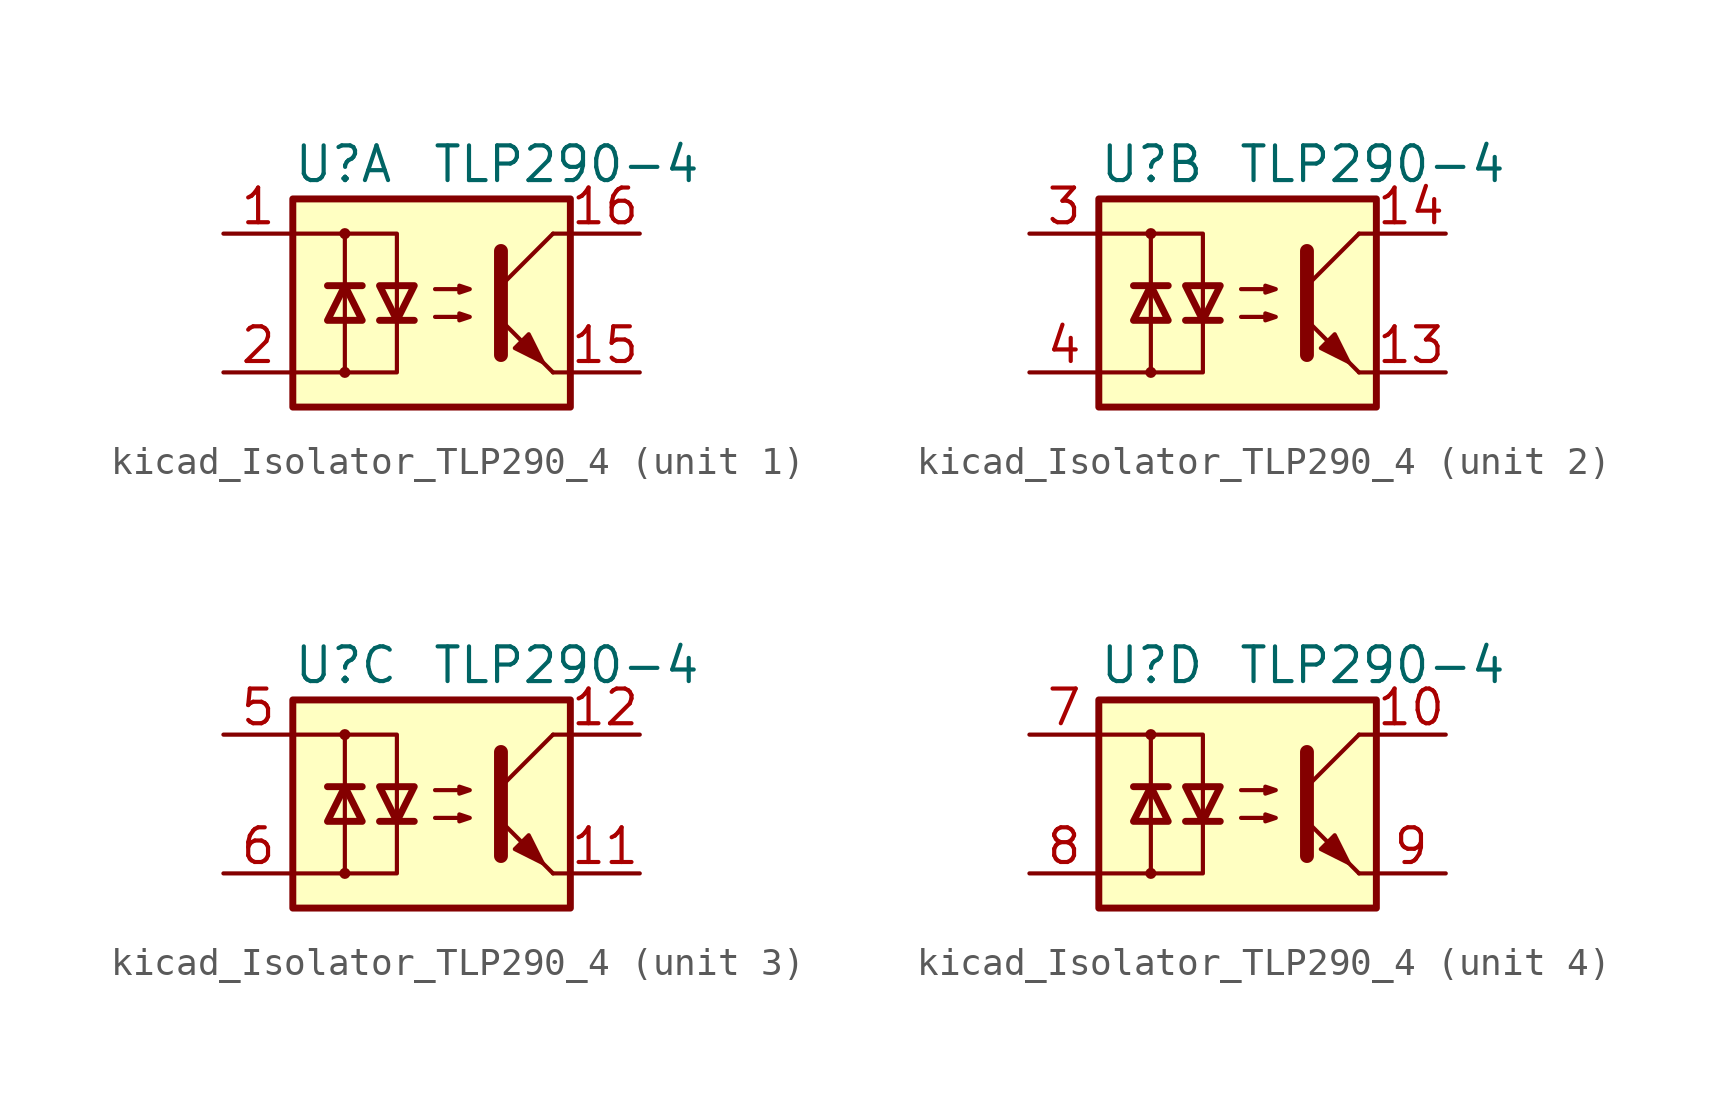
<source format=kicad_sym>
(kicad_symbol_lib
  (version 20220914)
  (generator kicad_symbol_editor)
  (symbol "kicad_Isolator_TLP290_4"
    (pin_names
      (offset 1.016))
    (property "Reference" "U"
      (at -5.08 5.08 0)
      (effects (font (size 1.27 1.27)) (justify left)))
    (property "Value" "TLP290-4"
      (at 0 5.08 0)
      (effects (font (size 1.27 1.27)) (justify left)))
    (symbol "kicad_Isolator_TLP290_4_0_1"
      (rectangle (start -5.08 3.81) (end 5.08 -3.81) (stroke (width 0.254) (type default)) (fill (type background)))
      (circle (center -3.175 -2.54) (radius 0.127) (stroke (width 0) (type default)) (fill (type none)))
      (circle (center -3.175 2.54) (radius 0.127) (stroke (width 0) (type default)) (fill (type none)))
      (polyline (pts (xy -3.81 0.635) (xy -2.54 0.635)) (stroke (width 0.254) (type default)) (fill (type none)))
      (polyline (pts (xy -3.175 -0.635) (xy -3.175 -2.54)) (stroke (width 0) (type default)) (fill (type none)))
      (polyline (pts (xy -3.175 -0.635) (xy -3.175 2.54)) (stroke (width 0) (type default)) (fill (type none)))
      (polyline (pts (xy -1.905 -0.635) (xy -0.635 -0.635)) (stroke (width 0.254) (type default)) (fill (type none)))
      (polyline (pts (xy 2.54 0.635) (xy 4.445 2.54)) (stroke (width 0) (type default)) (fill (type none)))
      (polyline (pts (xy 4.445 -2.54) (xy 2.54 -0.635)) (stroke (width 0) (type default)) (fill (type outline)))
      (polyline (pts (xy 4.445 -2.54) (xy 5.08 -2.54)) (stroke (width 0) (type default)) (fill (type none)))
      (polyline (pts (xy 4.445 2.54) (xy 5.08 2.54)) (stroke (width 0) (type default)) (fill (type none)))
      (polyline (pts (xy -5.08 2.54) (xy -1.27 2.54) (xy -1.27 -0.635)) (stroke (width 0) (type default)) (fill (type none)))
      (polyline (pts (xy -1.27 -0.635) (xy -1.27 -2.54) (xy -5.08 -2.54)) (stroke (width 0) (type default)) (fill (type none)))
      (polyline (pts (xy 2.54 1.905) (xy 2.54 -1.905) (xy 2.54 -1.905)) (stroke (width 0.508) (type default)) (fill (type none)))
      (polyline (pts (xy -3.175 0.635) (xy -3.81 -0.635) (xy -2.54 -0.635) (xy -3.175 0.635)) (stroke (width 0.254) (type default)) (fill (type none)))
      (polyline (pts (xy -1.27 -0.635) (xy -1.905 0.635) (xy -0.635 0.635) (xy -1.27 -0.635)) (stroke (width 0.254) (type default)) (fill (type none)))
      (polyline (pts (xy 0.127 -0.508) (xy 1.397 -0.508) (xy 1.016 -0.635) (xy 1.016 -0.381) (xy 1.397 -0.508)) (stroke (width 0) (type default)) (fill (type none)))
      (polyline (pts (xy 0.127 0.508) (xy 1.397 0.508) (xy 1.016 0.381) (xy 1.016 0.635) (xy 1.397 0.508)) (stroke (width 0) (type default)) (fill (type none)))
      (polyline (pts (xy 3.048 -1.651) (xy 3.556 -1.143) (xy 4.064 -2.159) (xy 3.048 -1.651) (xy 3.048 -1.651)) (stroke (width 0) (type default)) (fill (type outline))))
    (symbol "kicad_Isolator_TLP290_4_1_1"
      (pin passive line (at -7.62 2.54 0) (length 2.54) (name "~" (effects (font (size 1.27 1.27)))) (number "1" (effects (font (size 1.27 1.27)))))
      (pin passive line (at 7.62 -2.54 180) (length 2.54) (name "~" (effects (font (size 1.27 1.27)))) (number "15" (effects (font (size 1.27 1.27)))))
      (pin passive line (at 7.62 2.54 180) (length 2.54) (name "~" (effects (font (size 1.27 1.27)))) (number "16" (effects (font (size 1.27 1.27)))))
      (pin passive line (at -7.62 -2.54 0) (length 2.54) (name "~" (effects (font (size 1.27 1.27)))) (number "2" (effects (font (size 1.27 1.27))))))
    (symbol "kicad_Isolator_TLP290_4_2_1"
      (pin passive line (at 7.62 -2.54 180) (length 2.54) (name "~" (effects (font (size 1.27 1.27)))) (number "13" (effects (font (size 1.27 1.27)))))
      (pin passive line (at 7.62 2.54 180) (length 2.54) (name "~" (effects (font (size 1.27 1.27)))) (number "14" (effects (font (size 1.27 1.27)))))
      (pin passive line (at -7.62 2.54 0) (length 2.54) (name "~" (effects (font (size 1.27 1.27)))) (number "3" (effects (font (size 1.27 1.27)))))
      (pin passive line (at -7.62 -2.54 0) (length 2.54) (name "~" (effects (font (size 1.27 1.27)))) (number "4" (effects (font (size 1.27 1.27))))))
    (symbol "kicad_Isolator_TLP290_4_3_1"
      (pin passive line (at 7.62 -2.54 180) (length 2.54) (name "~" (effects (font (size 1.27 1.27)))) (number "11" (effects (font (size 1.27 1.27)))))
      (pin passive line (at 7.62 2.54 180) (length 2.54) (name "~" (effects (font (size 1.27 1.27)))) (number "12" (effects (font (size 1.27 1.27)))))
      (pin passive line (at -7.62 2.54 0) (length 2.54) (name "~" (effects (font (size 1.27 1.27)))) (number "5" (effects (font (size 1.27 1.27)))))
      (pin passive line (at -7.62 -2.54 0) (length 2.54) (name "~" (effects (font (size 1.27 1.27)))) (number "6" (effects (font (size 1.27 1.27))))))
    (symbol "kicad_Isolator_TLP290_4_4_1"
      (pin passive line (at 7.62 2.54 180) (length 2.54) (name "~" (effects (font (size 1.27 1.27)))) (number "10" (effects (font (size 1.27 1.27)))))
      (pin passive line (at -7.62 2.54 0) (length 2.54) (name "~" (effects (font (size 1.27 1.27)))) (number "7" (effects (font (size 1.27 1.27)))))
      (pin passive line (at -7.62 -2.54 0) (length 2.54) (name "~" (effects (font (size 1.27 1.27)))) (number "8" (effects (font (size 1.27 1.27)))))
      (pin passive line (at 7.62 -2.54 180) (length 2.54) (name "~" (effects (font (size 1.27 1.27)))) (number "9" (effects (font (size 1.27 1.27))))))))
</source>
